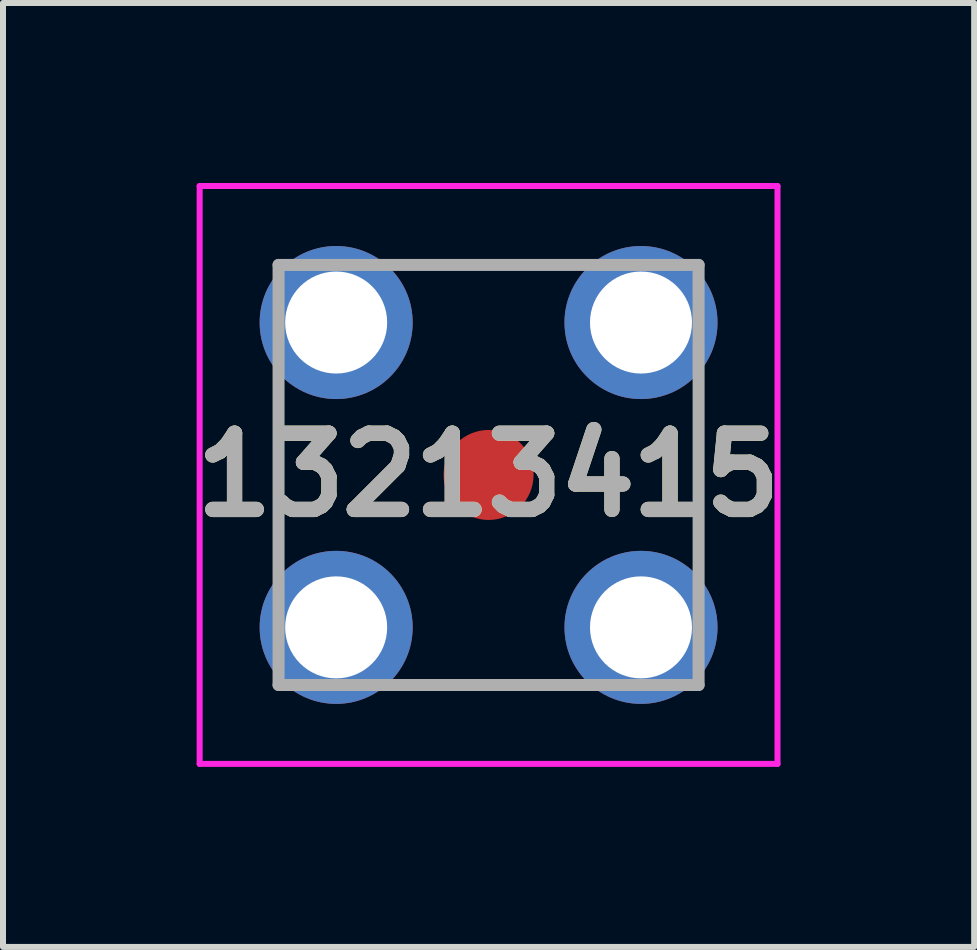
<source format=kicad_pcb>
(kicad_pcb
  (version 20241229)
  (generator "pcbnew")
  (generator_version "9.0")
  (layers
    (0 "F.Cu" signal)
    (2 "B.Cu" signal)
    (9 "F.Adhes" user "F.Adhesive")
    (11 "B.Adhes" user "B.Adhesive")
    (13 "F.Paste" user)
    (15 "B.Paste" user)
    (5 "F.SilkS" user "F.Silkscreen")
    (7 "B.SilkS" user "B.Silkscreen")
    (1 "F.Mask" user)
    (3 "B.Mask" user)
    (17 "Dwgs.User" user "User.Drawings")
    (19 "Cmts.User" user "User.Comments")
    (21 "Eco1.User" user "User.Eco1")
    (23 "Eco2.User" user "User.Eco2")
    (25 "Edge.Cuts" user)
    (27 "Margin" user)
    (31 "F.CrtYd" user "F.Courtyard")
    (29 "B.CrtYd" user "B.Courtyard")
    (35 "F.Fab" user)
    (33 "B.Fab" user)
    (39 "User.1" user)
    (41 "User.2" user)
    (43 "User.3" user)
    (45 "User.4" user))
  (footprint "13213415"
    (layer "F.Cu")
    (at 2.552 7.405)
    (property "Reference" "13213415" (at 2.54 -2.54 0) (layer "F.SilkS") (effects (font (size 1.27 1.27) (thickness 0.254))))
    (attr through_hole)
    (fp_line (start -0.96 -1.54) (end -0.96 -3.54) (stroke (width 0.1) (type solid)) (layer "F.SilkS"))
    (fp_line (start 1.54 -6.04) (end 3.54 -6.04) (stroke (width 0.1) (type solid)) (layer "F.SilkS"))
    (fp_line (start 1.54 0.96) (end 3.54 0.96) (stroke (width 0.1) (type solid)) (layer "F.SilkS"))
    (fp_line (start 6.04 -1.54) (end 6.04 -3.54) (stroke (width 0.1) (type solid)) (layer "F.SilkS"))
    (fp_line (start -2.275 -7.355) (end 7.355 -7.355) (stroke (width 0.1) (type solid)) (layer "F.CrtYd"))
    (fp_line (start -2.275 2.275) (end -2.275 -7.355) (stroke (width 0.1) (type solid)) (layer "F.CrtYd"))
    (fp_line (start 7.355 -7.355) (end 7.355 2.275) (stroke (width 0.1) (type solid)) (layer "F.CrtYd"))
    (fp_line (start 7.355 2.275) (end -2.275 2.275) (stroke (width 0.1) (type solid)) (layer "F.CrtYd"))
    (fp_line (start -0.96 -6.04) (end 6.04 -6.04) (stroke (width 0.2) (type solid)) (layer "F.Fab"))
    (fp_line (start -0.96 0.96) (end -0.96 -6.04) (stroke (width 0.2) (type solid)) (layer "F.Fab"))
    (fp_line (start 6.04 -6.04) (end 6.04 0.96) (stroke (width 0.2) (type solid)) (layer "F.Fab"))
    (fp_line (start 6.04 0.96) (end -0.96 0.96) (stroke (width 0.2) (type solid)) (layer "F.Fab"))
    (fp_text user "${REFERENCE}" (at 2.54 -2.54 0) (layer "F.Fab") (effects (font (size 1.27 1.27) (thickness 0.254))))
    (pad "1" thru_hole circle (at 0 0) (size 2.55 2.55) (drill 1.7) (layers "*.Cu" "*.Mask"))
    (pad "2" thru_hole circle (at 5.08 0) (size 2.55 2.55) (drill 1.7) (layers "*.Cu" "*.Mask"))
    (pad "3" thru_hole circle (at 5.08 -5.08) (size 2.55 2.55) (drill 1.7) (layers "*.Cu" "*.Mask"))
    (pad "4" thru_hole circle (at 0 -5.08) (size 2.55 2.55) (drill 1.7) (layers "*.Cu" "*.Mask"))
    (pad "5" smd circle (at 2.54 -2.54 90) (size 1.5 1.5) (layers "F.Cu" "F.Mask" "F.Paste")))
  (gr_rect
    (start -3 -3)
    (end 13.184 12.73)
    (stroke (width 0.1) (type default))
    (fill no)
    (layer "Edge.Cuts")))
</source>
